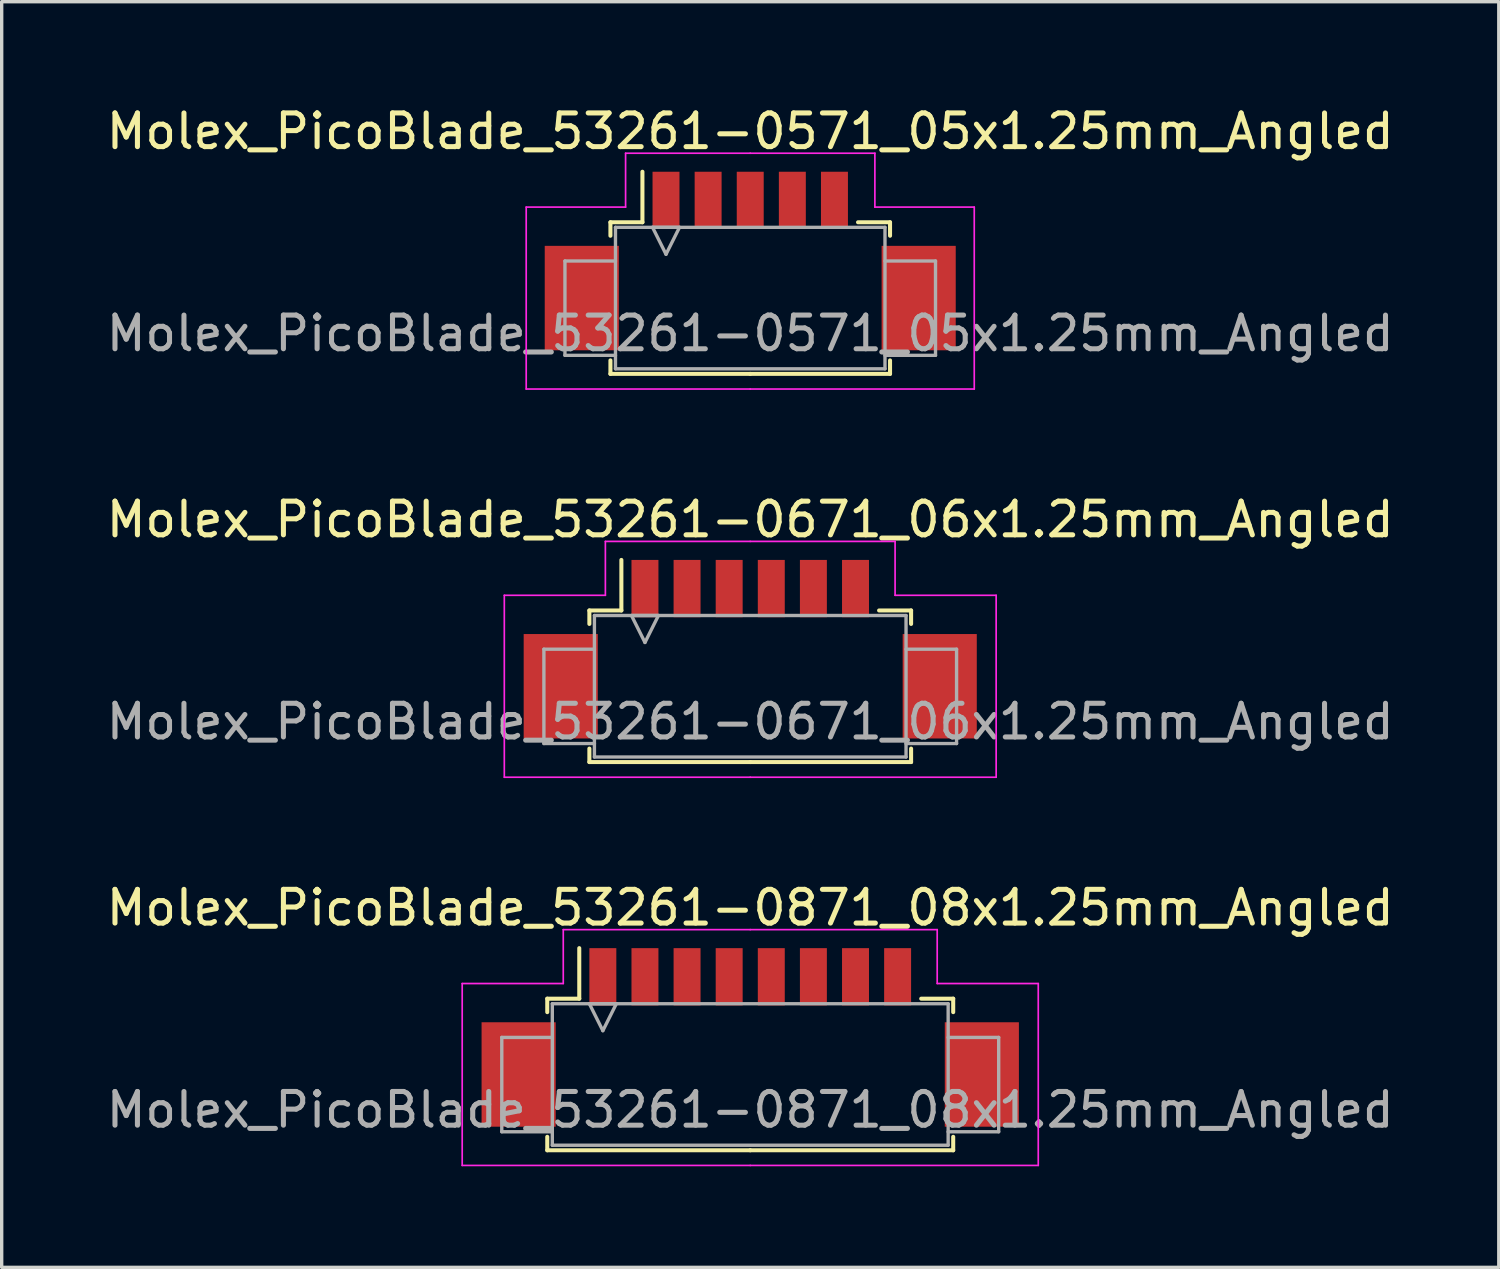
<source format=kicad_pcb>
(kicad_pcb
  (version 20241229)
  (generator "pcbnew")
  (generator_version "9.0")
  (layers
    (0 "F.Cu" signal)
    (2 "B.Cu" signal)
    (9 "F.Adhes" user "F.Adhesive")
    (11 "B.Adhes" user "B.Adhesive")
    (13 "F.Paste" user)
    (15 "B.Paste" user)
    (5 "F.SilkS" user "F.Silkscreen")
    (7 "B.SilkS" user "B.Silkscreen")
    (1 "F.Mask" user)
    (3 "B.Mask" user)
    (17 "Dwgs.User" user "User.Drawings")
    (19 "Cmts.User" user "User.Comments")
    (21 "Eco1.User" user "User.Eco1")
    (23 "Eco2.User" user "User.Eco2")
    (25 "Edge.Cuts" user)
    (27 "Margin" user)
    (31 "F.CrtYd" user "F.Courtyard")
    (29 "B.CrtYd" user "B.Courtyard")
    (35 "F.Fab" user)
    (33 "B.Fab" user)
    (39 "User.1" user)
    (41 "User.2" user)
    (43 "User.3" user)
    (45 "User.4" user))
  (footprint "Molex_PicoBlade_53261-0871_08x1.25mm_Angled"
    (layer "F.Cu")
    (at 19.22 27.395)
    (property "Reference" "Molex_PicoBlade_53261-0871_08x1.25mm_Angled" (at 0 -3.5 0) (layer "F.SilkS") (effects (font (size 1 1) (thickness 0.15))))
    (attr smd)
    (fp_line (start -6.025 -0.8) (end -6.025 -0.4) (stroke (width 0.12) (type solid)) (layer "F.SilkS"))
    (fp_line (start -6.025 3.3) (end -6.025 3.7) (stroke (width 0.12) (type solid)) (layer "F.SilkS"))
    (fp_line (start -6.025 3.7) (end 0 3.7) (stroke (width 0.12) (type solid)) (layer "F.SilkS"))
    (fp_line (start -5.075 -0.8) (end -6.025 -0.8) (stroke (width 0.12) (type solid)) (layer "F.SilkS"))
    (fp_line (start -5.075 -0.8) (end -5.075 -2.3) (stroke (width 0.12) (type solid)) (layer "F.SilkS"))
    (fp_line (start 5.075 -0.8) (end 6.025 -0.8) (stroke (width 0.12) (type solid)) (layer "F.SilkS"))
    (fp_line (start 6.025 -0.8) (end 6.025 -0.4) (stroke (width 0.12) (type solid)) (layer "F.SilkS"))
    (fp_line (start 6.025 3.3) (end 6.025 3.7) (stroke (width 0.12) (type solid)) (layer "F.SilkS"))
    (fp_line (start 6.025 3.7) (end 0 3.7) (stroke (width 0.12) (type solid)) (layer "F.SilkS"))
    (fp_line (start -8.55 -1.25) (end -8.55 4.15) (stroke (width 0.05) (type solid)) (layer "F.CrtYd"))
    (fp_line (start -8.55 4.15) (end 0 4.15) (stroke (width 0.05) (type solid)) (layer "F.CrtYd"))
    (fp_line (start -5.55 -2.85) (end -5.55 -1.25) (stroke (width 0.05) (type solid)) (layer "F.CrtYd"))
    (fp_line (start -5.55 -1.25) (end -8.55 -1.25) (stroke (width 0.05) (type solid)) (layer "F.CrtYd"))
    (fp_line (start 0 -2.85) (end -5.55 -2.85) (stroke (width 0.05) (type solid)) (layer "F.CrtYd"))
    (fp_line (start 0 -2.85) (end 5.55 -2.85) (stroke (width 0.05) (type solid)) (layer "F.CrtYd"))
    (fp_line (start 5.55 -2.85) (end 5.55 -1.25) (stroke (width 0.05) (type solid)) (layer "F.CrtYd"))
    (fp_line (start 5.55 -1.25) (end 8.55 -1.25) (stroke (width 0.05) (type solid)) (layer "F.CrtYd"))
    (fp_line (start 8.55 -1.25) (end 8.55 4.15) (stroke (width 0.05) (type solid)) (layer "F.CrtYd"))
    (fp_line (start 8.55 4.15) (end 0 4.15) (stroke (width 0.05) (type solid)) (layer "F.CrtYd"))
    (fp_line (start -7.375 0.35) (end -7.375 3.15) (stroke (width 0.1) (type solid)) (layer "F.Fab"))
    (fp_line (start -7.375 3.15) (end -5.875 3.15) (stroke (width 0.1) (type solid)) (layer "F.Fab"))
    (fp_line (start -5.875 -0.65) (end 5.875 -0.65) (stroke (width 0.1) (type solid)) (layer "F.Fab"))
    (fp_line (start -5.875 0.35) (end -7.375 0.35) (stroke (width 0.1) (type solid)) (layer "F.Fab"))
    (fp_line (start -5.875 3.55) (end -5.875 -0.65) (stroke (width 0.1) (type solid)) (layer "F.Fab"))
    (fp_line (start -4.775 -0.65) (end -4.375 0.15) (stroke (width 0.1) (type solid)) (layer "F.Fab"))
    (fp_line (start -4.375 0.15) (end -3.975 -0.65) (stroke (width 0.1) (type solid)) (layer "F.Fab"))
    (fp_line (start -3.975 -0.65) (end -4.775 -0.65) (stroke (width 0.1) (type solid)) (layer "F.Fab"))
    (fp_line (start 5.875 -0.65) (end 5.875 3.55) (stroke (width 0.1) (type solid)) (layer "F.Fab"))
    (fp_line (start 5.875 0.35) (end 7.375 0.35) (stroke (width 0.1) (type solid)) (layer "F.Fab"))
    (fp_line (start 5.875 3.55) (end -5.875 3.55) (stroke (width 0.1) (type solid)) (layer "F.Fab"))
    (fp_line (start 7.375 0.35) (end 7.375 3.15) (stroke (width 0.1) (type solid)) (layer "F.Fab"))
    (fp_line (start 7.375 3.15) (end 5.875 3.15) (stroke (width 0.1) (type solid)) (layer "F.Fab"))
    (fp_text user "${REFERENCE}" (at 0 2.5 0) (layer "F.Fab") (effects (font (size 1 1) (thickness 0.15))))
    (pad "" smd rect (at -6.875 1.45) (size 2.2 3.1) (layers "F.Cu" "F.Mask" "F.Paste"))
    (pad "" smd rect (at 6.875 1.45) (size 2.2 3.1) (layers "F.Cu" "F.Mask" "F.Paste"))
    (pad "1" smd rect (at -4.375 -1.45) (size 0.8 1.7) (layers "F.Cu" "F.Mask" "F.Paste"))
    (pad "2" smd rect (at -3.125 -1.45) (size 0.8 1.7) (layers "F.Cu" "F.Mask" "F.Paste"))
    (pad "3" smd rect (at -1.875 -1.45) (size 0.8 1.7) (layers "F.Cu" "F.Mask" "F.Paste"))
    (pad "4" smd rect (at -0.625 -1.45) (size 0.8 1.7) (layers "F.Cu" "F.Mask" "F.Paste"))
    (pad "5" smd rect (at 0.625 -1.45) (size 0.8 1.7) (layers "F.Cu" "F.Mask" "F.Paste"))
    (pad "6" smd rect (at 1.875 -1.45) (size 0.8 1.7) (layers "F.Cu" "F.Mask" "F.Paste"))
    (pad "7" smd rect (at 3.125 -1.45) (size 0.8 1.7) (layers "F.Cu" "F.Mask" "F.Paste"))
    (pad "8" smd rect (at 4.375 -1.45) (size 0.8 1.7) (layers "F.Cu" "F.Mask" "F.Paste")))
  (footprint "Molex_PicoBlade_53261-0571_05x1.25mm_Angled"
    (layer "F.Cu")
    (at 19.22 4.348)
    (property "Reference" "Molex_PicoBlade_53261-0571_05x1.25mm_Angled" (at 0 -3.5 0) (layer "F.SilkS") (effects (font (size 1 1) (thickness 0.15))))
    (attr smd)
    (fp_line (start -4.15 -0.8) (end -4.15 -0.4) (stroke (width 0.12) (type solid)) (layer "F.SilkS"))
    (fp_line (start -4.15 3.3) (end -4.15 3.7) (stroke (width 0.12) (type solid)) (layer "F.SilkS"))
    (fp_line (start -4.15 3.7) (end 0 3.7) (stroke (width 0.12) (type solid)) (layer "F.SilkS"))
    (fp_line (start -3.2 -0.8) (end -4.15 -0.8) (stroke (width 0.12) (type solid)) (layer "F.SilkS"))
    (fp_line (start -3.2 -0.8) (end -3.2 -2.3) (stroke (width 0.12) (type solid)) (layer "F.SilkS"))
    (fp_line (start 3.2 -0.8) (end 4.15 -0.8) (stroke (width 0.12) (type solid)) (layer "F.SilkS"))
    (fp_line (start 4.15 -0.8) (end 4.15 -0.4) (stroke (width 0.12) (type solid)) (layer "F.SilkS"))
    (fp_line (start 4.15 3.3) (end 4.15 3.7) (stroke (width 0.12) (type solid)) (layer "F.SilkS"))
    (fp_line (start 4.15 3.7) (end 0 3.7) (stroke (width 0.12) (type solid)) (layer "F.SilkS"))
    (fp_line (start -6.65 -1.25) (end -6.65 4.15) (stroke (width 0.05) (type solid)) (layer "F.CrtYd"))
    (fp_line (start -6.65 4.15) (end 0 4.15) (stroke (width 0.05) (type solid)) (layer "F.CrtYd"))
    (fp_line (start -3.7 -2.85) (end -3.7 -1.25) (stroke (width 0.05) (type solid)) (layer "F.CrtYd"))
    (fp_line (start -3.7 -1.25) (end -6.65 -1.25) (stroke (width 0.05) (type solid)) (layer "F.CrtYd"))
    (fp_line (start 0 -2.85) (end -3.7 -2.85) (stroke (width 0.05) (type solid)) (layer "F.CrtYd"))
    (fp_line (start 0 -2.85) (end 3.7 -2.85) (stroke (width 0.05) (type solid)) (layer "F.CrtYd"))
    (fp_line (start 3.7 -2.85) (end 3.7 -1.25) (stroke (width 0.05) (type solid)) (layer "F.CrtYd"))
    (fp_line (start 3.7 -1.25) (end 6.65 -1.25) (stroke (width 0.05) (type solid)) (layer "F.CrtYd"))
    (fp_line (start 6.65 -1.25) (end 6.65 4.15) (stroke (width 0.05) (type solid)) (layer "F.CrtYd"))
    (fp_line (start 6.65 4.15) (end 0 4.15) (stroke (width 0.05) (type solid)) (layer "F.CrtYd"))
    (fp_line (start -5.5 0.35) (end -5.5 3.15) (stroke (width 0.1) (type solid)) (layer "F.Fab"))
    (fp_line (start -5.5 3.15) (end -4 3.15) (stroke (width 0.1) (type solid)) (layer "F.Fab"))
    (fp_line (start -4 -0.65) (end 4 -0.65) (stroke (width 0.1) (type solid)) (layer "F.Fab"))
    (fp_line (start -4 0.35) (end -5.5 0.35) (stroke (width 0.1) (type solid)) (layer "F.Fab"))
    (fp_line (start -4 3.55) (end -4 -0.65) (stroke (width 0.1) (type solid)) (layer "F.Fab"))
    (fp_line (start -2.9 -0.65) (end -2.5 0.15) (stroke (width 0.1) (type solid)) (layer "F.Fab"))
    (fp_line (start -2.5 0.15) (end -2.1 -0.65) (stroke (width 0.1) (type solid)) (layer "F.Fab"))
    (fp_line (start -2.1 -0.65) (end -2.9 -0.65) (stroke (width 0.1) (type solid)) (layer "F.Fab"))
    (fp_line (start 4 -0.65) (end 4 3.55) (stroke (width 0.1) (type solid)) (layer "F.Fab"))
    (fp_line (start 4 0.35) (end 5.5 0.35) (stroke (width 0.1) (type solid)) (layer "F.Fab"))
    (fp_line (start 4 3.55) (end -4 3.55) (stroke (width 0.1) (type solid)) (layer "F.Fab"))
    (fp_line (start 5.5 0.35) (end 5.5 3.15) (stroke (width 0.1) (type solid)) (layer "F.Fab"))
    (fp_line (start 5.5 3.15) (end 4 3.15) (stroke (width 0.1) (type solid)) (layer "F.Fab"))
    (fp_text user "${REFERENCE}" (at 0 2.5 0) (layer "F.Fab") (effects (font (size 1 1) (thickness 0.15))))
    (pad "" smd rect (at -5 1.45) (size 2.2 3.1) (layers "F.Cu" "F.Mask" "F.Paste"))
    (pad "" smd rect (at 5 1.45) (size 2.2 3.1) (layers "F.Cu" "F.Mask" "F.Paste"))
    (pad "1" smd rect (at -2.5 -1.45) (size 0.8 1.7) (layers "F.Cu" "F.Mask" "F.Paste"))
    (pad "2" smd rect (at -1.25 -1.45) (size 0.8 1.7) (layers "F.Cu" "F.Mask" "F.Paste"))
    (pad "3" smd rect (at 0 -1.45) (size 0.8 1.7) (layers "F.Cu" "F.Mask" "F.Paste"))
    (pad "4" smd rect (at 1.25 -1.45) (size 0.8 1.7) (layers "F.Cu" "F.Mask" "F.Paste"))
    (pad "5" smd rect (at 2.5 -1.45) (size 0.8 1.7) (layers "F.Cu" "F.Mask" "F.Paste")))
  (footprint "Molex_PicoBlade_53261-0671_06x1.25mm_Angled"
    (layer "F.Cu")
    (at 19.22 15.871)
    (property "Reference" "Molex_PicoBlade_53261-0671_06x1.25mm_Angled" (at 0 -3.5 0) (layer "F.SilkS") (effects (font (size 1 1) (thickness 0.15))))
    (attr smd)
    (fp_line (start -4.775 -0.8) (end -4.775 -0.4) (stroke (width 0.12) (type solid)) (layer "F.SilkS"))
    (fp_line (start -4.775 3.3) (end -4.775 3.7) (stroke (width 0.12) (type solid)) (layer "F.SilkS"))
    (fp_line (start -4.775 3.7) (end 0 3.7) (stroke (width 0.12) (type solid)) (layer "F.SilkS"))
    (fp_line (start -3.825 -0.8) (end -4.775 -0.8) (stroke (width 0.12) (type solid)) (layer "F.SilkS"))
    (fp_line (start -3.825 -0.8) (end -3.825 -2.3) (stroke (width 0.12) (type solid)) (layer "F.SilkS"))
    (fp_line (start 3.825 -0.8) (end 4.775 -0.8) (stroke (width 0.12) (type solid)) (layer "F.SilkS"))
    (fp_line (start 4.775 -0.8) (end 4.775 -0.4) (stroke (width 0.12) (type solid)) (layer "F.SilkS"))
    (fp_line (start 4.775 3.3) (end 4.775 3.7) (stroke (width 0.12) (type solid)) (layer "F.SilkS"))
    (fp_line (start 4.775 3.7) (end 0 3.7) (stroke (width 0.12) (type solid)) (layer "F.SilkS"))
    (fp_line (start -7.3 -1.25) (end -7.3 4.15) (stroke (width 0.05) (type solid)) (layer "F.CrtYd"))
    (fp_line (start -7.3 4.15) (end 0 4.15) (stroke (width 0.05) (type solid)) (layer "F.CrtYd"))
    (fp_line (start -4.3 -2.85) (end -4.3 -1.25) (stroke (width 0.05) (type solid)) (layer "F.CrtYd"))
    (fp_line (start -4.3 -1.25) (end -7.3 -1.25) (stroke (width 0.05) (type solid)) (layer "F.CrtYd"))
    (fp_line (start 0 -2.85) (end -4.3 -2.85) (stroke (width 0.05) (type solid)) (layer "F.CrtYd"))
    (fp_line (start 0 -2.85) (end 4.3 -2.85) (stroke (width 0.05) (type solid)) (layer "F.CrtYd"))
    (fp_line (start 4.3 -2.85) (end 4.3 -1.25) (stroke (width 0.05) (type solid)) (layer "F.CrtYd"))
    (fp_line (start 4.3 -1.25) (end 7.3 -1.25) (stroke (width 0.05) (type solid)) (layer "F.CrtYd"))
    (fp_line (start 7.3 -1.25) (end 7.3 4.15) (stroke (width 0.05) (type solid)) (layer "F.CrtYd"))
    (fp_line (start 7.3 4.15) (end 0 4.15) (stroke (width 0.05) (type solid)) (layer "F.CrtYd"))
    (fp_line (start -6.125 0.35) (end -6.125 3.15) (stroke (width 0.1) (type solid)) (layer "F.Fab"))
    (fp_line (start -6.125 3.15) (end -4.625 3.15) (stroke (width 0.1) (type solid)) (layer "F.Fab"))
    (fp_line (start -4.625 -0.65) (end 4.625 -0.65) (stroke (width 0.1) (type solid)) (layer "F.Fab"))
    (fp_line (start -4.625 0.35) (end -6.125 0.35) (stroke (width 0.1) (type solid)) (layer "F.Fab"))
    (fp_line (start -4.625 3.55) (end -4.625 -0.65) (stroke (width 0.1) (type solid)) (layer "F.Fab"))
    (fp_line (start -3.525 -0.65) (end -3.125 0.15) (stroke (width 0.1) (type solid)) (layer "F.Fab"))
    (fp_line (start -3.125 0.15) (end -2.725 -0.65) (stroke (width 0.1) (type solid)) (layer "F.Fab"))
    (fp_line (start -2.725 -0.65) (end -3.525 -0.65) (stroke (width 0.1) (type solid)) (layer "F.Fab"))
    (fp_line (start 4.625 -0.65) (end 4.625 3.55) (stroke (width 0.1) (type solid)) (layer "F.Fab"))
    (fp_line (start 4.625 0.35) (end 6.125 0.35) (stroke (width 0.1) (type solid)) (layer "F.Fab"))
    (fp_line (start 4.625 3.55) (end -4.625 3.55) (stroke (width 0.1) (type solid)) (layer "F.Fab"))
    (fp_line (start 6.125 0.35) (end 6.125 3.15) (stroke (width 0.1) (type solid)) (layer "F.Fab"))
    (fp_line (start 6.125 3.15) (end 4.625 3.15) (stroke (width 0.1) (type solid)) (layer "F.Fab"))
    (fp_text user "${REFERENCE}" (at 0 2.5 0) (layer "F.Fab") (effects (font (size 1 1) (thickness 0.15))))
    (pad "" smd rect (at -5.625 1.45) (size 2.2 3.1) (layers "F.Cu" "F.Mask" "F.Paste"))
    (pad "" smd rect (at 5.625 1.45) (size 2.2 3.1) (layers "F.Cu" "F.Mask" "F.Paste"))
    (pad "1" smd rect (at -3.125 -1.45) (size 0.8 1.7) (layers "F.Cu" "F.Mask" "F.Paste"))
    (pad "2" smd rect (at -1.875 -1.45) (size 0.8 1.7) (layers "F.Cu" "F.Mask" "F.Paste"))
    (pad "3" smd rect (at -0.625 -1.45) (size 0.8 1.7) (layers "F.Cu" "F.Mask" "F.Paste"))
    (pad "4" smd rect (at 0.625 -1.45) (size 0.8 1.7) (layers "F.Cu" "F.Mask" "F.Paste"))
    (pad "5" smd rect (at 1.875 -1.45) (size 0.8 1.7) (layers "F.Cu" "F.Mask" "F.Paste"))
    (pad "6" smd rect (at 3.125 -1.45) (size 0.8 1.7) (layers "F.Cu" "F.Mask" "F.Paste")))
  (gr_rect
    (start -3 -3)
    (end 41.44 34.57)
    (stroke (width 0.1) (type default))
    (fill no)
    (layer "Edge.Cuts")))
</source>
